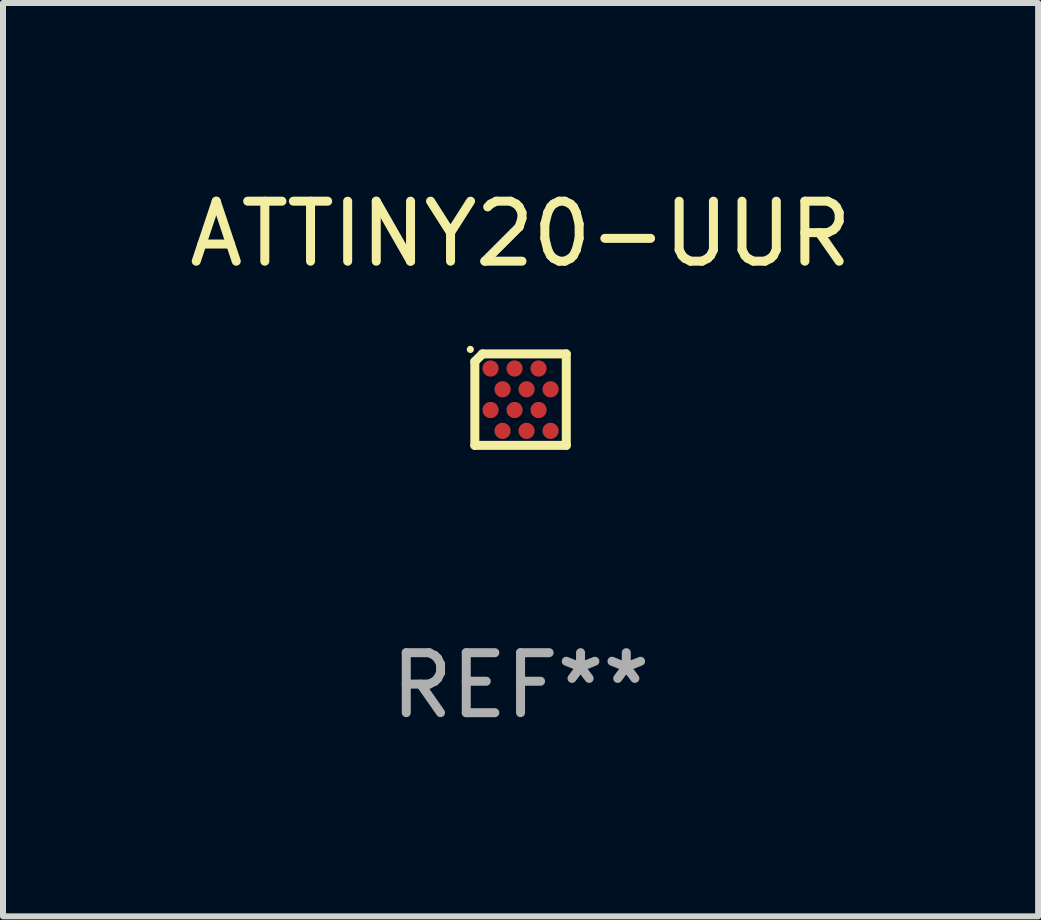
<source format=kicad_pcb>
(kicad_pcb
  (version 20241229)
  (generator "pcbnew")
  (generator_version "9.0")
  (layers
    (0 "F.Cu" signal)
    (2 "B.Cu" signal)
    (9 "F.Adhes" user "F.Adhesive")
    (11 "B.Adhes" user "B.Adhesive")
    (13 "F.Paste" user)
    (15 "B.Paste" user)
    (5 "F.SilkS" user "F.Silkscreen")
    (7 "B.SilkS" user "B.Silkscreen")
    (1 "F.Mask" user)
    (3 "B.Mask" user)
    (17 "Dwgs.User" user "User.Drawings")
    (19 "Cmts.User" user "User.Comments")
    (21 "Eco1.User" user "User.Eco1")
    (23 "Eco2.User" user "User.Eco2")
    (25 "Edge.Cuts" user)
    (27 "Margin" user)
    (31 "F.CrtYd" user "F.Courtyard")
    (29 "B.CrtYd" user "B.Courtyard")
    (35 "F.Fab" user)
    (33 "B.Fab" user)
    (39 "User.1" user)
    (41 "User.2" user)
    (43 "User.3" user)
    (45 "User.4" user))
  (footprint "ATTINY20-UUR"
    (layer "F.Cu")
    (at 5.625 3.61)
    (property "Reference" "ATTINY20-UUR" (at 0 -2.762 0) (layer "F.SilkS") (effects (font (size 1 1) (thickness 0.15))))
    (attr through_hole)
    (fp_line (start -0.762 -0.635) (end -0.635 -0.762) (stroke (width 0.15) (type solid)) (layer "F.SilkS"))
    (fp_line (start -0.762 0.762) (end -0.762 -0.635) (stroke (width 0.15) (type solid)) (layer "F.SilkS"))
    (fp_line (start -0.762 0.762) (end 0.762 0.762) (stroke (width 0.15) (type solid)) (layer "F.SilkS"))
    (fp_line (start -0.635 -0.762) (end 0.762 -0.762) (stroke (width 0.15) (type solid)) (layer "F.SilkS"))
    (fp_line (start 0.762 0.762) (end 0.762 -0.762) (stroke (width 0.15) (type solid)) (layer "F.SilkS"))
    (fp_circle (center -0.837 -0.837) (end -0.807 -0.837) (stroke (width 0.06) (type solid)) (fill no) (layer "F.SilkS"))
    (fp_text user "REF**" (at 0 4.762 0) (layer "F.Fab") (effects (font (size 1 1) (thickness 0.15))))
    (pad "A1" smd circle (at -0.5 -0.519) (size 0.27 0.27) (layers "F.Cu" "F.Mask" "F.Paste"))
    (pad "A3" smd circle (at -0.1 -0.519) (size 0.27 0.27) (layers "F.Cu" "F.Mask" "F.Paste"))
    (pad "A5" smd circle (at 0.3 -0.519) (size 0.27 0.27) (layers "F.Cu" "F.Mask" "F.Paste"))
    (pad "B2" smd circle (at -0.3 -0.173) (size 0.27 0.27) (layers "F.Cu" "F.Mask" "F.Paste"))
    (pad "B4" smd circle (at 0.1 -0.173) (size 0.27 0.27) (layers "F.Cu" "F.Mask" "F.Paste"))
    (pad "B6" smd circle (at 0.5 -0.173) (size 0.27 0.27) (layers "F.Cu" "F.Mask" "F.Paste"))
    (pad "C1" smd circle (at -0.5 0.173) (size 0.27 0.27) (layers "F.Cu" "F.Mask" "F.Paste"))
    (pad "C3" smd circle (at -0.1 0.173) (size 0.27 0.27) (layers "F.Cu" "F.Mask" "F.Paste"))
    (pad "C5" smd circle (at 0.3 0.173) (size 0.27 0.27) (layers "F.Cu" "F.Mask" "F.Paste"))
    (pad "D2" smd circle (at -0.3 0.52) (size 0.27 0.27) (layers "F.Cu" "F.Mask" "F.Paste"))
    (pad "D4" smd circle (at 0.1 0.52) (size 0.27 0.27) (layers "F.Cu" "F.Mask" "F.Paste"))
    (pad "D6" smd circle (at 0.5 0.52) (size 0.27 0.27) (layers "F.Cu" "F.Mask" "F.Paste")))
  (gr_rect
    (start -3 -3)
    (end 14.25 12.221)
    (stroke (width 0.1) (type default))
    (fill no)
    (layer "Edge.Cuts")))
</source>
